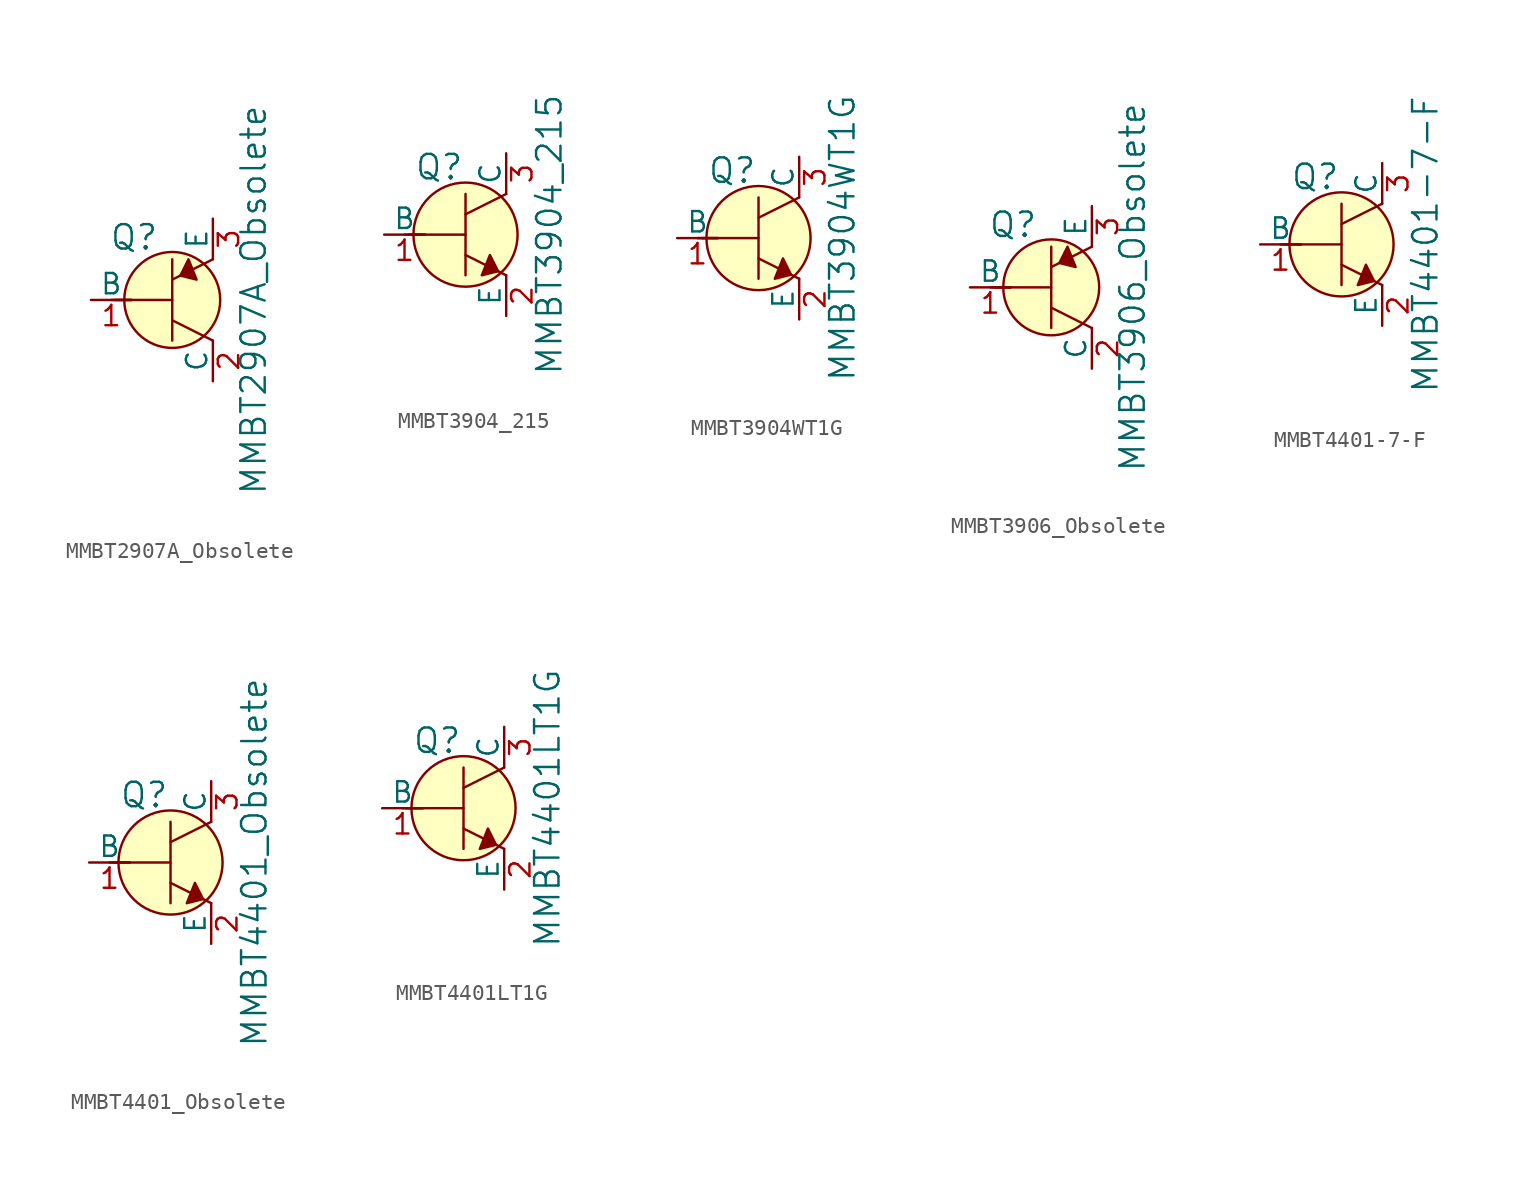
<source format=kicad_sym>
(kicad_symbol_lib
  (version 20211014)
  (generator kicad_symbol_editor)
  (symbol "MMBT2907A_Obsolete"
    (pin_names
      (offset 0))
    (property "Reference" "Q"
      (at -2.388 3.912 0)
      (effects (font (size 1.524 1.524))))
    (property "Value" "MMBT2907A_Obsolete"
      (at 5.08 0 90)
      (effects (font (size 1.524 1.524))))
    (symbol "MMBT2907A_Obsolete_0_1"
      (polyline (pts (xy -3.81 0) (xy -2.54 0)) (stroke (width 0) (type default) (color 0 0 0 0)) (fill (type none)))
      (polyline (pts (xy -3.556 0) (xy 0 0)) (stroke (width 0) (type default) (color 0 0 0 0)) (fill (type none)))
      (polyline (pts (xy 0 -1.27) (xy 2.54 -2.54)) (stroke (width 0) (type default) (color 0 0 0 0)) (fill (type none)))
      (polyline (pts (xy 0 1.27) (xy 2.54 2.54)) (stroke (width 0) (type default) (color 0 0 0 0)) (fill (type none)))
      (polyline (pts (xy 0 2.54) (xy 0 -2.54)) (stroke (width 0) (type default) (color 0 0 0 0)) (fill (type none)))
      (polyline (pts (xy 1.016 2.54) (xy 0.508 1.524) (xy 1.524 1.27) (xy 1.016 2.54)) (stroke (width 0) (type default) (color 0 0 0 0)) (fill (type outline)))
      (circle (center 0 0) (radius 2.997) (stroke (width 0) (type default) (color 0 0 0 0)) (fill (type background))))
    (symbol "MMBT2907A_Obsolete_1_1"
      (pin input line (at -5.08 0 0) (length 2.54) (name "B" (effects (font (size 1.27 1.27)))) (number "1" (effects (font (size 1.27 1.27)))))
      (pin passive line (at 2.54 -5.08 90) (length 2.54) (name "C" (effects (font (size 1.27 1.27)))) (number "2" (effects (font (size 1.27 1.27)))))
      (pin passive line (at 2.54 5.08 270) (length 2.54) (name "E" (effects (font (size 1.27 1.27)))) (number "3" (effects (font (size 1.27 1.27)))))))
  (symbol "MMBT3904_215"
    (pin_names
      (offset 0))
    (property "Reference" "Q"
      (at -3.2 4.216 0)
      (effects (font (size 1.524 1.524)) (justify left)))
    (property "Value" "MMBT3904_215"
      (at 5.232 0 90)
      (effects (font (size 1.524 1.524))))
    (symbol "MMBT3904_215_0_1"
      (polyline (pts (xy -3.81 0) (xy -2.54 0)) (stroke (width 0) (type default) (color 0 0 0 0)) (fill (type none)))
      (polyline (pts (xy -3.556 0) (xy 0 0)) (stroke (width 0) (type default) (color 0 0 0 0)) (fill (type none)))
      (polyline (pts (xy 0 -1.27) (xy 2.54 -2.54)) (stroke (width 0) (type default) (color 0 0 0 0)) (fill (type none)))
      (polyline (pts (xy 0 1.27) (xy 2.54 2.54)) (stroke (width 0) (type default) (color 0 0 0 0)) (fill (type none)))
      (polyline (pts (xy 0 2.54) (xy 0 -2.54)) (stroke (width 0) (type default) (color 0 0 0 0)) (fill (type none)))
      (polyline (pts (xy 1.524 -1.27) (xy 2.032 -2.286) (xy 1.016 -2.54) (xy 1.524 -1.27)) (stroke (width 0) (type default) (color 0 0 0 0)) (fill (type outline)))
      (circle (center 0 0) (radius 3.251) (stroke (width 0) (type default) (color 0 0 0 0)) (fill (type background))))
    (symbol "MMBT3904_215_1_1"
      (pin input line (at -5.08 0 0) (length 2.54) (name "B" (effects (font (size 1.27 1.27)))) (number "1" (effects (font (size 1.27 1.27)))))
      (pin passive line (at 2.54 -5.08 90) (length 2.54) (name "E" (effects (font (size 1.27 1.27)))) (number "2" (effects (font (size 1.27 1.27)))))
      (pin passive line (at 2.54 5.08 270) (length 2.54) (name "C" (effects (font (size 1.27 1.27)))) (number "3" (effects (font (size 1.27 1.27)))))))
  (symbol "MMBT3904WT1G"
    (pin_names
      (offset 0))
    (property "Reference" "Q"
      (at -3.2 4.216 0)
      (effects (font (size 1.524 1.524)) (justify left)))
    (property "Value" "MMBT3904WT1G"
      (at 5.232 0 90)
      (effects (font (size 1.524 1.524))))
    (symbol "MMBT3904WT1G_0_1"
      (polyline (pts (xy -3.81 0) (xy -2.54 0)) (stroke (width 0) (type default) (color 0 0 0 0)) (fill (type none)))
      (polyline (pts (xy -3.556 0) (xy 0 0)) (stroke (width 0) (type default) (color 0 0 0 0)) (fill (type none)))
      (polyline (pts (xy 0 -1.27) (xy 2.54 -2.54)) (stroke (width 0) (type default) (color 0 0 0 0)) (fill (type none)))
      (polyline (pts (xy 0 1.27) (xy 2.54 2.54)) (stroke (width 0) (type default) (color 0 0 0 0)) (fill (type none)))
      (polyline (pts (xy 0 2.54) (xy 0 -2.54)) (stroke (width 0) (type default) (color 0 0 0 0)) (fill (type none)))
      (polyline (pts (xy 1.524 -1.27) (xy 2.032 -2.286) (xy 1.016 -2.54) (xy 1.524 -1.27)) (stroke (width 0) (type default) (color 0 0 0 0)) (fill (type outline)))
      (circle (center 0 0) (radius 3.251) (stroke (width 0) (type default) (color 0 0 0 0)) (fill (type background))))
    (symbol "MMBT3904WT1G_1_1"
      (pin input line (at -5.08 0 0) (length 2.54) (name "B" (effects (font (size 1.27 1.27)))) (number "1" (effects (font (size 1.27 1.27)))))
      (pin passive line (at 2.54 -5.08 90) (length 2.54) (name "E" (effects (font (size 1.27 1.27)))) (number "2" (effects (font (size 1.27 1.27)))))
      (pin passive line (at 2.54 5.08 270) (length 2.54) (name "C" (effects (font (size 1.27 1.27)))) (number "3" (effects (font (size 1.27 1.27)))))))
  (symbol "MMBT3906_Obsolete"
    (pin_names
      (offset 0))
    (property "Reference" "Q"
      (at -2.388 3.912 0)
      (effects (font (size 1.524 1.524))))
    (property "Value" "MMBT3906_Obsolete"
      (at 5.08 0 90)
      (effects (font (size 1.524 1.524))))
    (symbol "MMBT3906_Obsolete_0_1"
      (polyline (pts (xy -3.81 0) (xy -2.54 0)) (stroke (width 0) (type default) (color 0 0 0 0)) (fill (type none)))
      (polyline (pts (xy -3.556 0) (xy 0 0)) (stroke (width 0) (type default) (color 0 0 0 0)) (fill (type none)))
      (polyline (pts (xy 0 -1.27) (xy 2.54 -2.54)) (stroke (width 0) (type default) (color 0 0 0 0)) (fill (type none)))
      (polyline (pts (xy 0 1.27) (xy 2.54 2.54)) (stroke (width 0) (type default) (color 0 0 0 0)) (fill (type none)))
      (polyline (pts (xy 0 2.54) (xy 0 -2.54)) (stroke (width 0) (type default) (color 0 0 0 0)) (fill (type none)))
      (polyline (pts (xy 1.016 2.54) (xy 0.508 1.524) (xy 1.524 1.27) (xy 1.016 2.54)) (stroke (width 0) (type default) (color 0 0 0 0)) (fill (type outline)))
      (circle (center 0 0) (radius 2.997) (stroke (width 0) (type default) (color 0 0 0 0)) (fill (type background))))
    (symbol "MMBT3906_Obsolete_1_1"
      (pin input line (at -5.08 0 0) (length 2.54) (name "B" (effects (font (size 1.27 1.27)))) (number "1" (effects (font (size 1.27 1.27)))))
      (pin passive line (at 2.54 -5.08 90) (length 2.54) (name "C" (effects (font (size 1.27 1.27)))) (number "2" (effects (font (size 1.27 1.27)))))
      (pin passive line (at 2.54 5.08 270) (length 2.54) (name "E" (effects (font (size 1.27 1.27)))) (number "3" (effects (font (size 1.27 1.27)))))))
  (symbol "MMBT4401-7-F"
    (pin_names
      (offset 0))
    (property "Reference" "Q"
      (at -3.2 4.216 0)
      (effects (font (size 1.524 1.524)) (justify left)))
    (property "Value" "MMBT4401-7-F"
      (at 5.232 0 90)
      (effects (font (size 1.524 1.524))))
    (symbol "MMBT4401-7-F_0_1"
      (polyline (pts (xy -3.81 0) (xy -2.54 0)) (stroke (width 0) (type default) (color 0 0 0 0)) (fill (type none)))
      (polyline (pts (xy -3.556 0) (xy 0 0)) (stroke (width 0) (type default) (color 0 0 0 0)) (fill (type none)))
      (polyline (pts (xy 0 -1.27) (xy 2.54 -2.54)) (stroke (width 0) (type default) (color 0 0 0 0)) (fill (type none)))
      (polyline (pts (xy 0 1.27) (xy 2.54 2.54)) (stroke (width 0) (type default) (color 0 0 0 0)) (fill (type none)))
      (polyline (pts (xy 0 2.54) (xy 0 -2.54)) (stroke (width 0) (type default) (color 0 0 0 0)) (fill (type none)))
      (polyline (pts (xy 1.524 -1.27) (xy 2.032 -2.286) (xy 1.016 -2.54) (xy 1.524 -1.27)) (stroke (width 0) (type default) (color 0 0 0 0)) (fill (type outline)))
      (circle (center 0 0) (radius 3.251) (stroke (width 0) (type default) (color 0 0 0 0)) (fill (type background))))
    (symbol "MMBT4401-7-F_1_1"
      (pin input line (at -5.08 0 0) (length 2.54) (name "B" (effects (font (size 1.27 1.27)))) (number "1" (effects (font (size 1.27 1.27)))))
      (pin passive line (at 2.54 -5.08 90) (length 2.54) (name "E" (effects (font (size 1.27 1.27)))) (number "2" (effects (font (size 1.27 1.27)))))
      (pin passive line (at 2.54 5.08 270) (length 2.54) (name "C" (effects (font (size 1.27 1.27)))) (number "3" (effects (font (size 1.27 1.27)))))))
  (symbol "MMBT4401_Obsolete"
    (pin_names
      (offset 0))
    (property "Reference" "Q"
      (at -3.2 4.216 0)
      (effects (font (size 1.524 1.524)) (justify left)))
    (property "Value" "MMBT4401_Obsolete"
      (at 5.232 0 90)
      (effects (font (size 1.524 1.524))))
    (symbol "MMBT4401_Obsolete_0_1"
      (polyline (pts (xy -3.81 0) (xy -2.54 0)) (stroke (width 0) (type default) (color 0 0 0 0)) (fill (type none)))
      (polyline (pts (xy -3.556 0) (xy 0 0)) (stroke (width 0) (type default) (color 0 0 0 0)) (fill (type none)))
      (polyline (pts (xy 0 -1.27) (xy 2.54 -2.54)) (stroke (width 0) (type default) (color 0 0 0 0)) (fill (type none)))
      (polyline (pts (xy 0 1.27) (xy 2.54 2.54)) (stroke (width 0) (type default) (color 0 0 0 0)) (fill (type none)))
      (polyline (pts (xy 0 2.54) (xy 0 -2.54)) (stroke (width 0) (type default) (color 0 0 0 0)) (fill (type none)))
      (polyline (pts (xy 1.524 -1.27) (xy 2.032 -2.286) (xy 1.016 -2.54) (xy 1.524 -1.27)) (stroke (width 0) (type default) (color 0 0 0 0)) (fill (type outline)))
      (circle (center 0 0) (radius 3.251) (stroke (width 0) (type default) (color 0 0 0 0)) (fill (type background))))
    (symbol "MMBT4401_Obsolete_1_1"
      (pin input line (at -5.08 0 0) (length 2.54) (name "B" (effects (font (size 1.27 1.27)))) (number "1" (effects (font (size 1.27 1.27)))))
      (pin passive line (at 2.54 -5.08 90) (length 2.54) (name "E" (effects (font (size 1.27 1.27)))) (number "2" (effects (font (size 1.27 1.27)))))
      (pin passive line (at 2.54 5.08 270) (length 2.54) (name "C" (effects (font (size 1.27 1.27)))) (number "3" (effects (font (size 1.27 1.27)))))))
  (symbol "MMBT4401LT1G"
    (pin_names
      (offset 0))
    (property "Reference" "Q"
      (at -3.2 4.216 0)
      (effects (font (size 1.524 1.524)) (justify left)))
    (property "Value" "MMBT4401LT1G"
      (at 5.232 0 90)
      (effects (font (size 1.524 1.524))))
    (symbol "MMBT4401LT1G_0_1"
      (polyline (pts (xy -3.81 0) (xy -2.54 0)) (stroke (width 0) (type default) (color 0 0 0 0)) (fill (type none)))
      (polyline (pts (xy -3.556 0) (xy 0 0)) (stroke (width 0) (type default) (color 0 0 0 0)) (fill (type none)))
      (polyline (pts (xy 0 -1.27) (xy 2.54 -2.54)) (stroke (width 0) (type default) (color 0 0 0 0)) (fill (type none)))
      (polyline (pts (xy 0 1.27) (xy 2.54 2.54)) (stroke (width 0) (type default) (color 0 0 0 0)) (fill (type none)))
      (polyline (pts (xy 0 2.54) (xy 0 -2.54)) (stroke (width 0) (type default) (color 0 0 0 0)) (fill (type none)))
      (polyline (pts (xy 1.524 -1.27) (xy 2.032 -2.286) (xy 1.016 -2.54) (xy 1.524 -1.27)) (stroke (width 0) (type default) (color 0 0 0 0)) (fill (type outline)))
      (circle (center 0 0) (radius 3.251) (stroke (width 0) (type default) (color 0 0 0 0)) (fill (type background))))
    (symbol "MMBT4401LT1G_1_1"
      (pin input line (at -5.08 0 0) (length 2.54) (name "B" (effects (font (size 1.27 1.27)))) (number "1" (effects (font (size 1.27 1.27)))))
      (pin passive line (at 2.54 -5.08 90) (length 2.54) (name "E" (effects (font (size 1.27 1.27)))) (number "2" (effects (font (size 1.27 1.27)))))
      (pin passive line (at 2.54 5.08 270) (length 2.54) (name "C" (effects (font (size 1.27 1.27)))) (number "3" (effects (font (size 1.27 1.27))))))))
</source>
